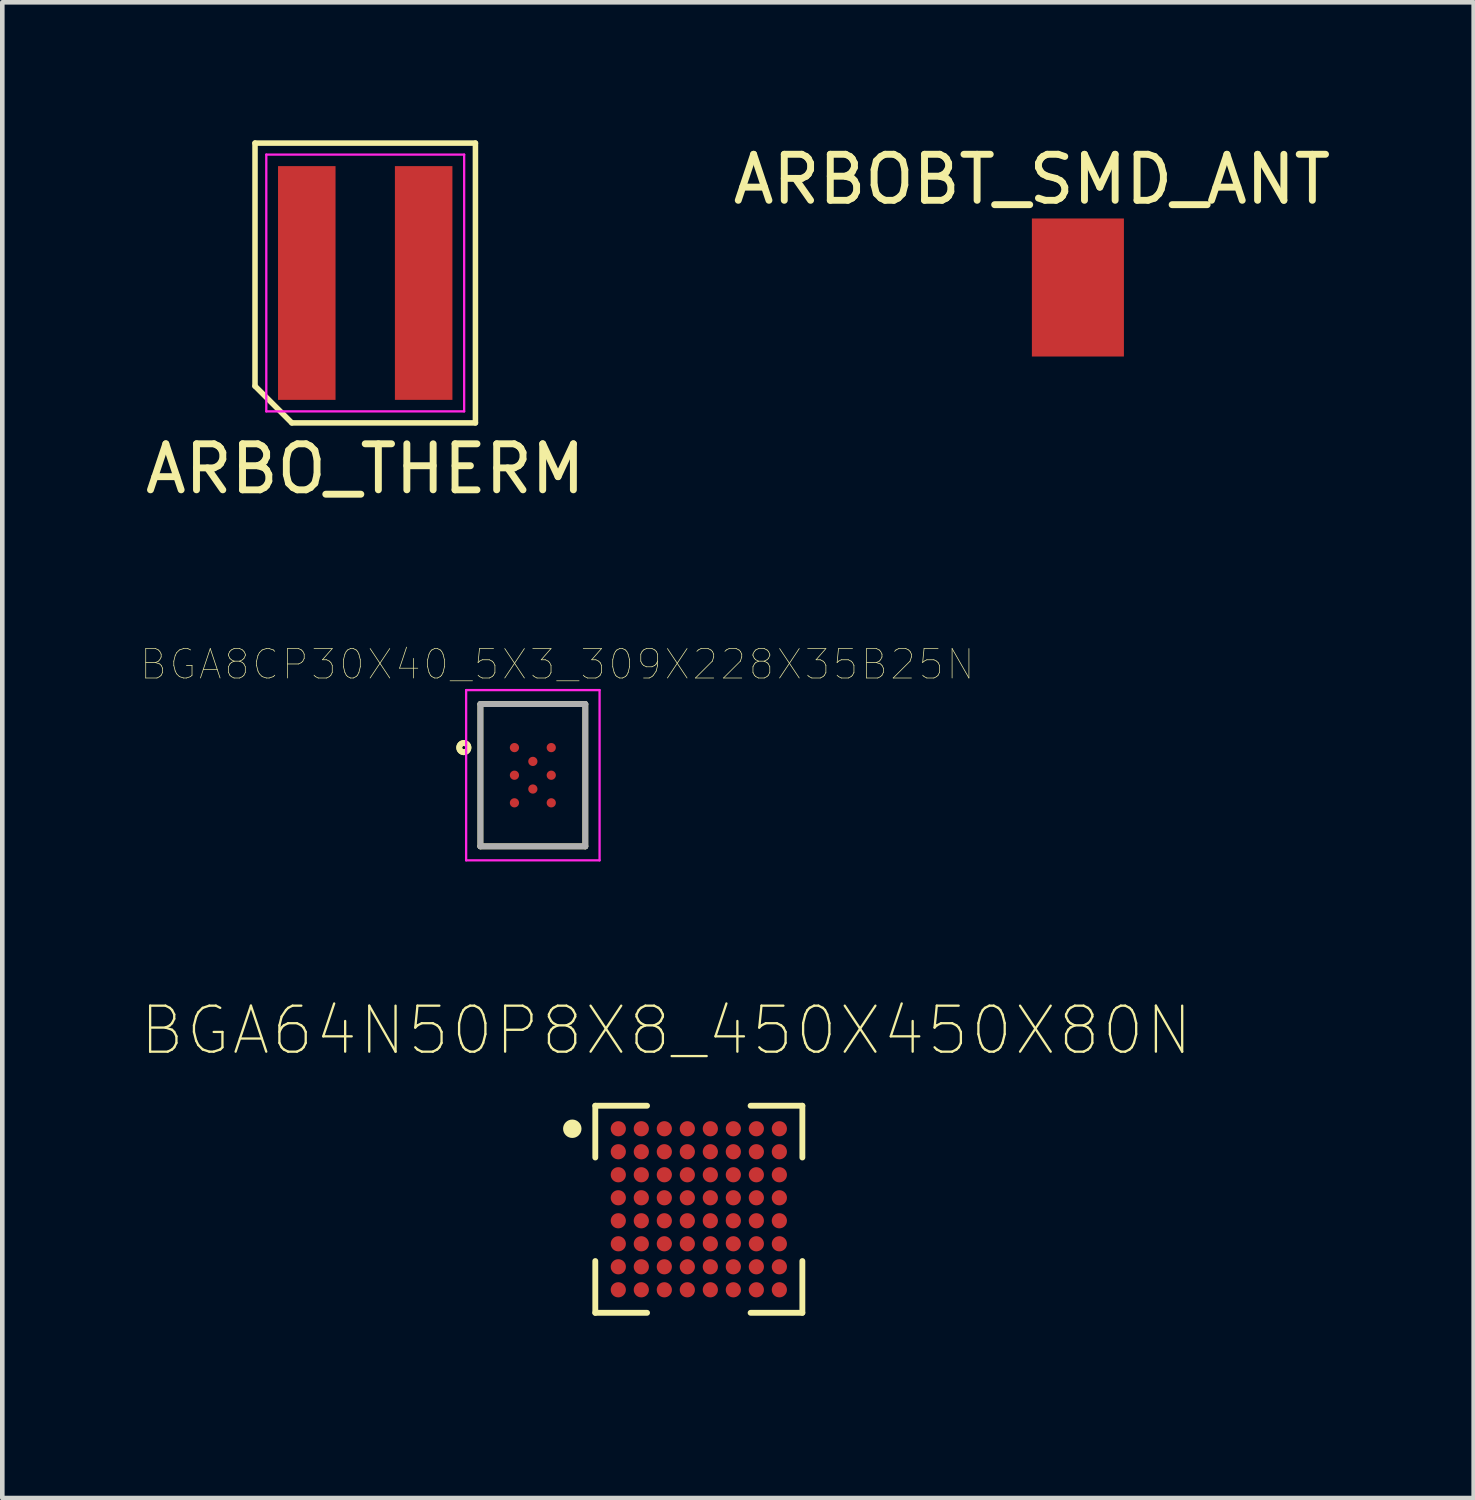
<source format=kicad_pcb>
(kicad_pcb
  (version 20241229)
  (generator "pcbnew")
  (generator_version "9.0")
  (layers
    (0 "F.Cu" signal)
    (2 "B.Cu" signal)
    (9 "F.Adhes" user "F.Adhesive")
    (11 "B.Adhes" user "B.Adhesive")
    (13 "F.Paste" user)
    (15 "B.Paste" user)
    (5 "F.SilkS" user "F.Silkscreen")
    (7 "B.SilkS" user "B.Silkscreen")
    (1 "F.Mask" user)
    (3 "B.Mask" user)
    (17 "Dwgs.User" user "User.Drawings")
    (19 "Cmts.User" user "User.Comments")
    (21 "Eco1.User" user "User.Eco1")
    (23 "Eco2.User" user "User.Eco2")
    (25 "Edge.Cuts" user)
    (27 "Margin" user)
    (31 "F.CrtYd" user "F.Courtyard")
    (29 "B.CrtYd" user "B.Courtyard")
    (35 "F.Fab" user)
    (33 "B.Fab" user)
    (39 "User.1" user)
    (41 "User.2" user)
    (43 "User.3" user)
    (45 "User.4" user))
  (footprint "BGA8CP30X40_5X3_309X228X35B25N"
    (layer "F.Cu")
    (at 8.53 13.797)
    (property "Reference" "BGA8CP30X40_5X3_309X228X35B25N" (at 0.532 -2.408 0) (layer "F.SilkS") (effects (font (size 0.64 0.64) (thickness 0.015))))
    (attr through_hole)
    (fp_line (start -1.14 -1.546) (end -1.14 1.546) (stroke (width 0.127) (type solid)) (layer "F.SilkS"))
    (fp_line (start -1.14 1.546) (end 1.14 1.546) (stroke (width 0.127) (type solid)) (layer "F.SilkS"))
    (fp_line (start 1.14 -1.546) (end -1.14 -1.546) (stroke (width 0.127) (type solid)) (layer "F.SilkS"))
    (fp_line (start 1.14 1.546) (end 1.14 -1.546) (stroke (width 0.127) (type solid)) (layer "F.SilkS"))
    (fp_circle (center -1.5 -0.6) (end -1.4 -0.6) (stroke (width 0.127) (type solid)) (fill no) (layer "F.SilkS"))
    (fp_circle (center -1.5 -0.6) (end -1.4 -0.6) (stroke (width 0.127) (type solid)) (fill no) (layer "F.SilkS"))
    (fp_line (start -1.45 -1.85) (end 1.45 -1.85) (stroke (width 0.05) (type solid)) (layer "F.CrtYd"))
    (fp_line (start -1.45 1.85) (end -1.45 -1.85) (stroke (width 0.05) (type solid)) (layer "F.CrtYd"))
    (fp_line (start 1.45 -1.85) (end 1.45 1.85) (stroke (width 0.05) (type solid)) (layer "F.CrtYd"))
    (fp_line (start 1.45 1.85) (end -1.45 1.85) (stroke (width 0.05) (type solid)) (layer "F.CrtYd"))
    (fp_line (start -1.14 -1.546) (end -1.14 1.546) (stroke (width 0.127) (type solid)) (layer "F.Fab"))
    (fp_line (start -1.14 1.546) (end 1.14 1.546) (stroke (width 0.127) (type solid)) (layer "F.Fab"))
    (fp_line (start 1.14 -1.546) (end -1.14 -1.546) (stroke (width 0.127) (type solid)) (layer "F.Fab"))
    (fp_line (start 1.14 1.546) (end 1.14 -1.546) (stroke (width 0.127) (type solid)) (layer "F.Fab"))
    (pad "A1" smd circle (at -0.4 -0.6) (size 0.2 0.2) (layers "F.Cu" "F.Mask" "F.Paste"))
    (pad "A3" smd circle (at 0.4 -0.6) (size 0.2 0.2) (layers "F.Cu" "F.Mask" "F.Paste"))
    (pad "B2" smd circle (at 0 -0.3) (size 0.2 0.2) (layers "F.Cu" "F.Mask" "F.Paste"))
    (pad "C1" smd circle (at -0.4 0) (size 0.2 0.2) (layers "F.Cu" "F.Mask" "F.Paste"))
    (pad "C3" smd circle (at 0.4 0) (size 0.2 0.2) (layers "F.Cu" "F.Mask" "F.Paste"))
    (pad "D2" smd circle (at 0 0.3) (size 0.2 0.2) (layers "F.Cu" "F.Mask" "F.Paste"))
    (pad "E1" smd circle (at -0.4 0.6) (size 0.2 0.2) (layers "F.Cu" "F.Mask" "F.Paste"))
    (pad "E3" smd circle (at 0.4 0.6) (size 0.2 0.2) (layers "F.Cu" "F.Mask" "F.Paste")))
  (footprint "ARBOBT_SMD_ANT"
    (layer "F.Cu")
    (at 20.375 3.198)
    (property "Reference" "ARBOBT_SMD_ANT" (at -1 -2.35 0) (layer "F.SilkS") (effects (font (size 1 1) (thickness 0.15))))
    (attr through_hole)
    (pad "1" smd rect (at 0 0) (size 2 3) (layers "F.Cu" "F.Mask" "F.Paste")))
  (footprint "BGA64N50P8X8_450X450X80N"
    (layer "F.Cu")
    (at 12.137 23.23)
    (property "Reference" "BGA64N50P8X8_450X450X80N" (at -0.71 -3.885 0) (layer "F.SilkS") (effects (font (size 1 1) (thickness 0.05))))
    (attr smd)
    (fp_line (start -2.25 -2.25) (end -2.25 -1.125) (stroke (width 0.127) (type solid)) (layer "F.SilkS"))
    (fp_line (start -2.25 -2.25) (end -1.125 -2.25) (stroke (width 0.127) (type solid)) (layer "F.SilkS"))
    (fp_line (start -2.25 2.25) (end -2.25 1.125) (stroke (width 0.127) (type solid)) (layer "F.SilkS"))
    (fp_line (start -2.25 2.25) (end -1.125 2.25) (stroke (width 0.127) (type solid)) (layer "F.SilkS"))
    (fp_line (start 2.25 -2.25) (end 1.125 -2.25) (stroke (width 0.127) (type solid)) (layer "F.SilkS"))
    (fp_line (start 2.25 -2.25) (end 2.25 -1.125) (stroke (width 0.127) (type solid)) (layer "F.SilkS"))
    (fp_line (start 2.25 2.25) (end 1.125 2.25) (stroke (width 0.127) (type solid)) (layer "F.SilkS"))
    (fp_line (start 2.25 2.25) (end 2.25 1.125) (stroke (width 0.127) (type solid)) (layer "F.SilkS"))
    (fp_circle (center -2.75 -1.75) (end -2.65 -1.75) (stroke (width 0.2) (type solid)) (fill no) (layer "F.SilkS"))
    (fp_line (start -3.25 -3.25) (end 3.25 -3.25) (stroke (width 0.05) (type solid)) (layer "Eco1.User"))
    (fp_line (start -3.25 3.25) (end -3.25 -3.25) (stroke (width 0.05) (type solid)) (layer "Eco1.User"))
    (fp_line (start -3.25 3.25) (end 3.25 3.25) (stroke (width 0.05) (type solid)) (layer "Eco1.User"))
    (fp_line (start 3.25 3.25) (end 3.25 -3.25) (stroke (width 0.05) (type solid)) (layer "Eco1.User"))
    (fp_line (start -2.25 2.25) (end -2.25 -2.25) (stroke (width 0.127) (type solid)) (layer "Eco2.User"))
    (fp_line (start 2.25 -2.25) (end -2.25 -2.25) (stroke (width 0.127) (type solid)) (layer "Eco2.User"))
    (fp_line (start 2.25 2.25) (end -2.25 2.25) (stroke (width 0.127) (type solid)) (layer "Eco2.User"))
    (fp_line (start 2.25 2.25) (end 2.25 -2.25) (stroke (width 0.127) (type solid)) (layer "Eco2.User"))
    (fp_circle (center -2.75 -1.75) (end -2.65 -1.75) (stroke (width 0.2) (type solid)) (fill no) (layer "Eco2.User"))
    (pad "1A" smd circle (at -1.75 -1.75) (size 0.33 0.33) (layers "F.Cu" "F.Mask" "F.Paste"))
    (pad "1B" smd circle (at -1.75 -1.25) (size 0.33 0.33) (layers "F.Cu" "F.Mask" "F.Paste"))
    (pad "1C" smd circle (at -1.75 -0.75) (size 0.33 0.33) (layers "F.Cu" "F.Mask" "F.Paste"))
    (pad "1D" smd circle (at -1.75 -0.25) (size 0.33 0.33) (layers "F.Cu" "F.Mask" "F.Paste"))
    (pad "1E" smd circle (at -1.75 0.25) (size 0.33 0.33) (layers "F.Cu" "F.Mask" "F.Paste"))
    (pad "1F" smd circle (at -1.75 0.75) (size 0.33 0.33) (layers "F.Cu" "F.Mask" "F.Paste"))
    (pad "1G" smd circle (at -1.75 1.25) (size 0.33 0.33) (layers "F.Cu" "F.Mask" "F.Paste"))
    (pad "1H" smd circle (at -1.75 1.75) (size 0.33 0.33) (layers "F.Cu" "F.Mask" "F.Paste"))
    (pad "2A" smd circle (at -1.25 -1.75) (size 0.33 0.33) (layers "F.Cu" "F.Mask" "F.Paste"))
    (pad "2B" smd circle (at -1.25 -1.25) (size 0.33 0.33) (layers "F.Cu" "F.Mask" "F.Paste"))
    (pad "2C" smd circle (at -1.25 -0.75) (size 0.33 0.33) (layers "F.Cu" "F.Mask" "F.Paste"))
    (pad "2D" smd circle (at -1.25 -0.25) (size 0.33 0.33) (layers "F.Cu" "F.Mask" "F.Paste"))
    (pad "2E" smd circle (at -1.25 0.25) (size 0.33 0.33) (layers "F.Cu" "F.Mask" "F.Paste"))
    (pad "2F" smd circle (at -1.25 0.75) (size 0.33 0.33) (layers "F.Cu" "F.Mask" "F.Paste"))
    (pad "2G" smd circle (at -1.25 1.25) (size 0.33 0.33) (layers "F.Cu" "F.Mask" "F.Paste"))
    (pad "2H" smd circle (at -1.25 1.75) (size 0.33 0.33) (layers "F.Cu" "F.Mask" "F.Paste"))
    (pad "3A" smd circle (at -0.75 -1.75) (size 0.33 0.33) (layers "F.Cu" "F.Mask" "F.Paste"))
    (pad "3B" smd circle (at -0.75 -1.25) (size 0.33 0.33) (layers "F.Cu" "F.Mask" "F.Paste"))
    (pad "3C" smd circle (at -0.75 -0.75) (size 0.33 0.33) (layers "F.Cu" "F.Mask" "F.Paste"))
    (pad "3D" smd circle (at -0.75 -0.25) (size 0.33 0.33) (layers "F.Cu" "F.Mask" "F.Paste"))
    (pad "3E" smd circle (at -0.75 0.25) (size 0.33 0.33) (layers "F.Cu" "F.Mask" "F.Paste"))
    (pad "3F" smd circle (at -0.75 0.75) (size 0.33 0.33) (layers "F.Cu" "F.Mask" "F.Paste"))
    (pad "3G" smd circle (at -0.75 1.25) (size 0.33 0.33) (layers "F.Cu" "F.Mask" "F.Paste"))
    (pad "3H" smd circle (at -0.75 1.75) (size 0.33 0.33) (layers "F.Cu" "F.Mask" "F.Paste"))
    (pad "4A" smd circle (at -0.25 -1.75) (size 0.33 0.33) (layers "F.Cu" "F.Mask" "F.Paste"))
    (pad "4B" smd circle (at -0.25 -1.25) (size 0.33 0.33) (layers "F.Cu" "F.Mask" "F.Paste"))
    (pad "4C" smd circle (at -0.25 -0.75) (size 0.33 0.33) (layers "F.Cu" "F.Mask" "F.Paste"))
    (pad "4D" smd circle (at -0.25 -0.25) (size 0.33 0.33) (layers "F.Cu" "F.Mask" "F.Paste"))
    (pad "4E" smd circle (at -0.25 0.25) (size 0.33 0.33) (layers "F.Cu" "F.Mask" "F.Paste"))
    (pad "4F" smd circle (at -0.25 0.75) (size 0.33 0.33) (layers "F.Cu" "F.Mask" "F.Paste"))
    (pad "4G" smd circle (at -0.25 1.25) (size 0.33 0.33) (layers "F.Cu" "F.Mask" "F.Paste"))
    (pad "4H" smd circle (at -0.25 1.75) (size 0.33 0.33) (layers "F.Cu" "F.Mask" "F.Paste"))
    (pad "5A" smd circle (at 0.25 -1.75) (size 0.33 0.33) (layers "F.Cu" "F.Mask" "F.Paste"))
    (pad "5B" smd circle (at 0.25 -1.25) (size 0.33 0.33) (layers "F.Cu" "F.Mask" "F.Paste"))
    (pad "5C" smd circle (at 0.25 -0.75) (size 0.33 0.33) (layers "F.Cu" "F.Mask" "F.Paste"))
    (pad "5D" smd circle (at 0.25 -0.25) (size 0.33 0.33) (layers "F.Cu" "F.Mask" "F.Paste"))
    (pad "5E" smd circle (at 0.25 0.25) (size 0.33 0.33) (layers "F.Cu" "F.Mask" "F.Paste"))
    (pad "5F" smd circle (at 0.25 0.75) (size 0.33 0.33) (layers "F.Cu" "F.Mask" "F.Paste"))
    (pad "5G" smd circle (at 0.25 1.25) (size 0.33 0.33) (layers "F.Cu" "F.Mask" "F.Paste"))
    (pad "5H" smd circle (at 0.25 1.75) (size 0.33 0.33) (layers "F.Cu" "F.Mask" "F.Paste"))
    (pad "6A" smd circle (at 0.75 -1.75) (size 0.33 0.33) (layers "F.Cu" "F.Mask" "F.Paste"))
    (pad "6B" smd circle (at 0.75 -1.25) (size 0.33 0.33) (layers "F.Cu" "F.Mask" "F.Paste"))
    (pad "6C" smd circle (at 0.75 -0.75) (size 0.33 0.33) (layers "F.Cu" "F.Mask" "F.Paste"))
    (pad "6D" smd circle (at 0.75 -0.25) (size 0.33 0.33) (layers "F.Cu" "F.Mask" "F.Paste"))
    (pad "6E" smd circle (at 0.75 0.25) (size 0.33 0.33) (layers "F.Cu" "F.Mask" "F.Paste"))
    (pad "6F" smd circle (at 0.75 0.75) (size 0.33 0.33) (layers "F.Cu" "F.Mask" "F.Paste"))
    (pad "6G" smd circle (at 0.75 1.25) (size 0.33 0.33) (layers "F.Cu" "F.Mask" "F.Paste"))
    (pad "6H" smd circle (at 0.75 1.75) (size 0.33 0.33) (layers "F.Cu" "F.Mask" "F.Paste"))
    (pad "7A" smd circle (at 1.25 -1.75) (size 0.33 0.33) (layers "F.Cu" "F.Mask" "F.Paste"))
    (pad "7B" smd circle (at 1.25 -1.25) (size 0.33 0.33) (layers "F.Cu" "F.Mask" "F.Paste"))
    (pad "7C" smd circle (at 1.25 -0.75) (size 0.33 0.33) (layers "F.Cu" "F.Mask" "F.Paste"))
    (pad "7D" smd circle (at 1.25 -0.25) (size 0.33 0.33) (layers "F.Cu" "F.Mask" "F.Paste"))
    (pad "7E" smd circle (at 1.25 0.25) (size 0.33 0.33) (layers "F.Cu" "F.Mask" "F.Paste"))
    (pad "7F" smd circle (at 1.25 0.75) (size 0.33 0.33) (layers "F.Cu" "F.Mask" "F.Paste"))
    (pad "7G" smd circle (at 1.25 1.25) (size 0.33 0.33) (layers "F.Cu" "F.Mask" "F.Paste"))
    (pad "7H" smd circle (at 1.25 1.75) (size 0.33 0.33) (layers "F.Cu" "F.Mask" "F.Paste"))
    (pad "8A" smd circle (at 1.75 -1.75) (size 0.33 0.33) (layers "F.Cu" "F.Mask" "F.Paste"))
    (pad "8B" smd circle (at 1.75 -1.25) (size 0.33 0.33) (layers "F.Cu" "F.Mask" "F.Paste"))
    (pad "8C" smd circle (at 1.75 -0.75) (size 0.33 0.33) (layers "F.Cu" "F.Mask" "F.Paste"))
    (pad "8D" smd circle (at 1.75 -0.25) (size 0.33 0.33) (layers "F.Cu" "F.Mask" "F.Paste"))
    (pad "8E" smd circle (at 1.75 0.25) (size 0.33 0.33) (layers "F.Cu" "F.Mask" "F.Paste"))
    (pad "8F" smd circle (at 1.75 0.75) (size 0.33 0.33) (layers "F.Cu" "F.Mask" "F.Paste"))
    (pad "8G" smd circle (at 1.75 1.25) (size 0.33 0.33) (layers "F.Cu" "F.Mask" "F.Paste"))
    (pad "8H" smd circle (at 1.75 1.75) (size 0.33 0.33) (layers "F.Cu" "F.Mask" "F.Paste")))
  (footprint "ARBO_THERM"
    (layer "F.Cu")
    (at 4.887 3.1)
    (property "Reference" "ARBO_THERM" (at 0 4.04 0) (layer "F.SilkS") (effects (font (size 1 1) (thickness 0.15))))
    (attr smd)
    (fp_line (start -2.395 -3.04) (end 2.395 -3.04) (stroke (width 0.12) (type solid)) (layer "F.SilkS"))
    (fp_line (start -2.395 2.24) (end -2.395 -3.04) (stroke (width 0.12) (type solid)) (layer "F.SilkS"))
    (fp_line (start -1.595 3.04) (end -2.395 2.24) (stroke (width 0.12) (type solid)) (layer "F.SilkS"))
    (fp_line (start 2.395 -3.04) (end 2.395 3.04) (stroke (width 0.12) (type solid)) (layer "F.SilkS"))
    (fp_line (start 2.395 3.04) (end -1.595 3.04) (stroke (width 0.12) (type solid)) (layer "F.SilkS"))
    (fp_line (start -2.15 -2.79) (end 2.15 -2.79) (stroke (width 0.05) (type solid)) (layer "F.CrtYd"))
    (fp_line (start -2.15 2.79) (end -2.15 -2.79) (stroke (width 0.05) (type solid)) (layer "F.CrtYd"))
    (fp_line (start 2.15 -2.79) (end 2.15 2.79) (stroke (width 0.05) (type solid)) (layer "F.CrtYd"))
    (fp_line (start 2.15 2.79) (end -2.15 2.79) (stroke (width 0.05) (type solid)) (layer "F.CrtYd"))
    (pad "1" smd rect (at -1.27 0) (size 1.25 5.08) (layers "F.Cu" "F.Mask" "F.Paste"))
    (pad "2" smd rect (at 1.27 0) (size 1.25 5.08) (layers "F.Cu" "F.Mask" "F.Paste")))
  (gr_rect
    (start -3 -3)
    (end 28.976 29.505)
    (stroke (width 0.1) (type default))
    (fill no)
    (layer "Edge.Cuts")))
</source>
